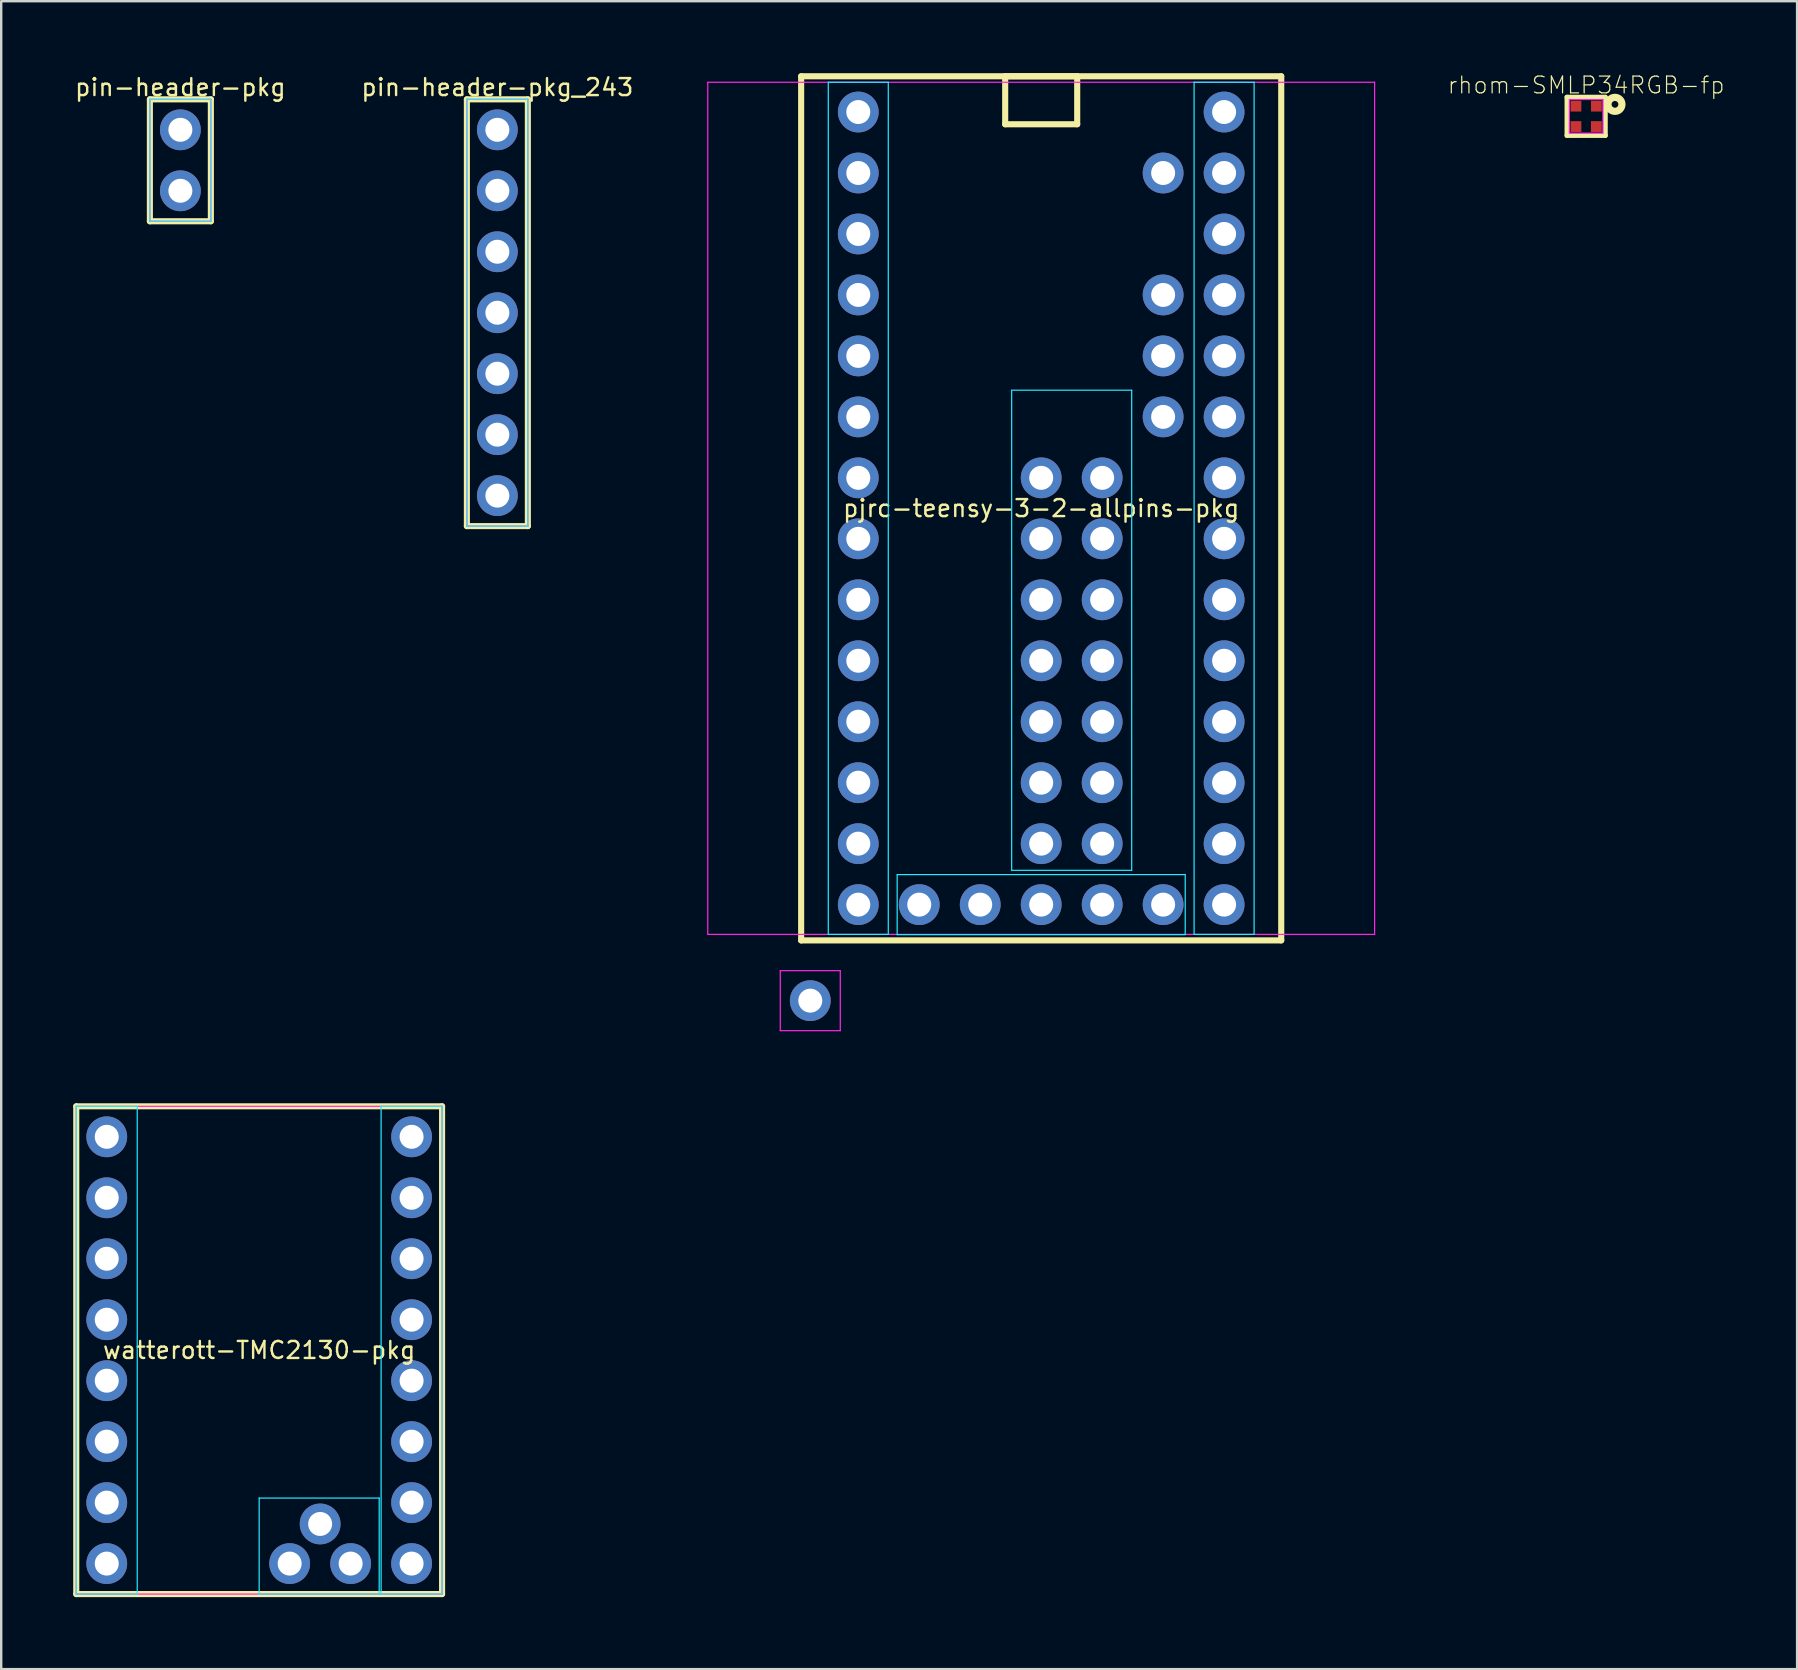
<source format=kicad_pcb>
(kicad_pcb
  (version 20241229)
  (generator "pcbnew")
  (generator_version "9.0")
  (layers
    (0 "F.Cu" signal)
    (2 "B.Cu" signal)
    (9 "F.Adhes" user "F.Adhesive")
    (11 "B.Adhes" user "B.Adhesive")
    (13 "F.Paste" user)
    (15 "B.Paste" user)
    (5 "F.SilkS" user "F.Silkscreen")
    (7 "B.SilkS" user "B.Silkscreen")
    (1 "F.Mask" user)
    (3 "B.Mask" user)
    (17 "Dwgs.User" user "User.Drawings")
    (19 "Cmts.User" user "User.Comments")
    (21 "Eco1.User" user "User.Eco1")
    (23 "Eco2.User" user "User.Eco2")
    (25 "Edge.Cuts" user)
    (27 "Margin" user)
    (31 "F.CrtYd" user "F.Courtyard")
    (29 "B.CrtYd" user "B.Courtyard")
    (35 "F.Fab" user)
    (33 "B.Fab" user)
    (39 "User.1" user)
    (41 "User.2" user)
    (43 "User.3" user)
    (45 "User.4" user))
  (footprint "pjrc-teensy-3-2-allpins-pkg"
    (layer "F.Cu")
    (at 40.326 18.127)
    (property "Reference" "pjrc-teensy-3-2-allpins-pkg" (at 0 0 0) (layer "F.SilkS") (effects (font (size 0.706 0.706) (thickness 0.1))))
    (attr through_hole)
    (fp_line (start -10 -18) (end -10 18) (stroke (width 0.254) (type solid)) (layer "F.SilkS"))
    (fp_line (start -10 18) (end 10 18) (stroke (width 0.254) (type solid)) (layer "F.SilkS"))
    (fp_line (start -1.5 -18) (end -1.5 -16) (stroke (width 0.254) (type solid)) (layer "F.SilkS"))
    (fp_line (start -1.5 -16) (end 1.5 -16) (stroke (width 0.254) (type solid)) (layer "F.SilkS"))
    (fp_line (start 1.5 -18) (end -1.5 -18) (stroke (width 0.254) (type solid)) (layer "F.SilkS"))
    (fp_line (start 1.5 -16) (end 1.5 -18) (stroke (width 0.254) (type solid)) (layer "F.SilkS"))
    (fp_line (start 10 -18) (end -10 -18) (stroke (width 0.254) (type solid)) (layer "F.SilkS"))
    (fp_line (start 10 18) (end 10 -18) (stroke (width 0.254) (type solid)) (layer "F.SilkS"))
    (fp_line (start -8.87 -17.75) (end -8.87 17.75) (stroke (width 0.05) (type solid)) (layer "B.CrtYd"))
    (fp_line (start -8.87 17.75) (end -6.37 17.75) (stroke (width 0.05) (type solid)) (layer "B.CrtYd"))
    (fp_line (start -6.37 -17.75) (end -8.87 -17.75) (stroke (width 0.05) (type solid)) (layer "B.CrtYd"))
    (fp_line (start -6.37 17.75) (end -6.37 -17.75) (stroke (width 0.05) (type solid)) (layer "B.CrtYd"))
    (fp_line (start -6 15.26) (end -6 17.76) (stroke (width 0.05) (type solid)) (layer "B.CrtYd"))
    (fp_line (start -6 17.76) (end 6 17.76) (stroke (width 0.05) (type solid)) (layer "B.CrtYd"))
    (fp_line (start -1.23 -4.92) (end -1.23 15.08) (stroke (width 0.05) (type solid)) (layer "B.CrtYd"))
    (fp_line (start -1.23 15.08) (end 3.77 15.08) (stroke (width 0.05) (type solid)) (layer "B.CrtYd"))
    (fp_line (start 3.77 -4.92) (end -1.23 -4.92) (stroke (width 0.05) (type solid)) (layer "B.CrtYd"))
    (fp_line (start 3.77 15.08) (end 3.77 -4.92) (stroke (width 0.05) (type solid)) (layer "B.CrtYd"))
    (fp_line (start 6 15.26) (end -6 15.26) (stroke (width 0.05) (type solid)) (layer "B.CrtYd"))
    (fp_line (start 6 17.76) (end 6 15.26) (stroke (width 0.05) (type solid)) (layer "B.CrtYd"))
    (fp_line (start 6.37 -17.75) (end 6.37 17.75) (stroke (width 0.05) (type solid)) (layer "B.CrtYd"))
    (fp_line (start 6.37 17.75) (end 8.87 17.75) (stroke (width 0.05) (type solid)) (layer "B.CrtYd"))
    (fp_line (start 8.87 -17.75) (end 6.37 -17.75) (stroke (width 0.05) (type solid)) (layer "B.CrtYd"))
    (fp_line (start 8.87 17.75) (end 8.87 -17.75) (stroke (width 0.05) (type solid)) (layer "B.CrtYd"))
    (fp_line (start -13.89 -17.75) (end -13.89 17.75) (stroke (width 0.05) (type solid)) (layer "F.CrtYd"))
    (fp_line (start -13.89 17.75) (end 13.89 17.75) (stroke (width 0.05) (type solid)) (layer "F.CrtYd"))
    (fp_line (start -10.87 19.26) (end -10.87 21.76) (stroke (width 0.05) (type solid)) (layer "F.CrtYd"))
    (fp_line (start -10.87 21.76) (end -8.37 21.76) (stroke (width 0.05) (type solid)) (layer "F.CrtYd"))
    (fp_line (start -8.37 19.26) (end -10.87 19.26) (stroke (width 0.05) (type solid)) (layer "F.CrtYd"))
    (fp_line (start -8.37 21.76) (end -8.37 19.26) (stroke (width 0.05) (type solid)) (layer "F.CrtYd"))
    (fp_line (start 13.89 -17.75) (end -13.89 -17.75) (stroke (width 0.05) (type solid)) (layer "F.CrtYd"))
    (fp_line (start 13.89 17.75) (end 13.89 -17.75) (stroke (width 0.05) (type solid)) (layer "F.CrtYd"))
    (pad "1" thru_hole circle (at -7.62 -16.51 90) (size 1.7 1.7) (drill 1) (layers "*.Cu" "*.Mask"))
    (pad "2" thru_hole circle (at -7.62 -13.97 90) (size 1.7 1.7) (drill 1) (layers "*.Cu" "*.Mask"))
    (pad "3" thru_hole circle (at -7.62 -11.43 90) (size 1.7 1.7) (drill 1) (layers "*.Cu" "*.Mask"))
    (pad "4" thru_hole circle (at -7.62 -8.89 90) (size 1.7 1.7) (drill 1) (layers "*.Cu" "*.Mask"))
    (pad "5" thru_hole circle (at -7.62 -6.35 90) (size 1.7 1.7) (drill 1) (layers "*.Cu" "*.Mask"))
    (pad "6" thru_hole circle (at -7.62 -3.81 90) (size 1.7 1.7) (drill 1) (layers "*.Cu" "*.Mask"))
    (pad "7" thru_hole circle (at -7.62 -1.27 90) (size 1.7 1.7) (drill 1) (layers "*.Cu" "*.Mask"))
    (pad "8" thru_hole circle (at -7.62 1.27 90) (size 1.7 1.7) (drill 1) (layers "*.Cu" "*.Mask"))
    (pad "9" thru_hole circle (at -7.62 3.81 90) (size 1.7 1.7) (drill 1) (layers "*.Cu" "*.Mask"))
    (pad "10" thru_hole circle (at -7.62 6.35 90) (size 1.7 1.7) (drill 1) (layers "*.Cu" "*.Mask"))
    (pad "11" thru_hole circle (at -7.62 8.89 90) (size 1.7 1.7) (drill 1) (layers "*.Cu" "*.Mask"))
    (pad "12" thru_hole circle (at -7.62 11.43 90) (size 1.7 1.7) (drill 1) (layers "*.Cu" "*.Mask"))
    (pad "13" thru_hole circle (at -7.62 13.97 90) (size 1.7 1.7) (drill 1) (layers "*.Cu" "*.Mask"))
    (pad "14" thru_hole circle (at -7.62 16.51 90) (size 1.7 1.7) (drill 1) (layers "*.Cu" "*.Mask"))
    (pad "15" thru_hole circle (at 7.62 16.51 270) (size 1.7 1.7) (drill 1) (layers "*.Cu" "*.Mask"))
    (pad "16" thru_hole circle (at 7.62 13.97 270) (size 1.7 1.7) (drill 1) (layers "*.Cu" "*.Mask"))
    (pad "17" thru_hole circle (at 7.62 11.43 270) (size 1.7 1.7) (drill 1) (layers "*.Cu" "*.Mask"))
    (pad "18" thru_hole circle (at 7.62 8.89 270) (size 1.7 1.7) (drill 1) (layers "*.Cu" "*.Mask"))
    (pad "19" thru_hole circle (at 7.62 6.35 270) (size 1.7 1.7) (drill 1) (layers "*.Cu" "*.Mask"))
    (pad "20" thru_hole circle (at 7.62 3.81 270) (size 1.7 1.7) (drill 1) (layers "*.Cu" "*.Mask"))
    (pad "21" thru_hole circle (at 7.62 1.27 270) (size 1.7 1.7) (drill 1) (layers "*.Cu" "*.Mask"))
    (pad "22" thru_hole circle (at 7.62 -1.27 270) (size 1.7 1.7) (drill 1) (layers "*.Cu" "*.Mask"))
    (pad "23" thru_hole circle (at 7.62 -3.81 270) (size 1.7 1.7) (drill 1) (layers "*.Cu" "*.Mask"))
    (pad "24" thru_hole circle (at 7.62 -6.35 270) (size 1.7 1.7) (drill 1) (layers "*.Cu" "*.Mask"))
    (pad "25" thru_hole circle (at 7.62 -8.89 270) (size 1.7 1.7) (drill 1) (layers "*.Cu" "*.Mask"))
    (pad "26" thru_hole circle (at 7.62 -11.43 270) (size 1.7 1.7) (drill 1) (layers "*.Cu" "*.Mask"))
    (pad "27" thru_hole circle (at 7.62 -13.97 270) (size 1.7 1.7) (drill 1) (layers "*.Cu" "*.Mask"))
    (pad "28" thru_hole circle (at 7.62 -16.51 270) (size 1.7 1.7) (drill 1) (layers "*.Cu" "*.Mask"))
    (pad "29" thru_hole circle (at 0 -1.27 90) (size 1.7 1.7) (drill 1) (layers "*.Cu" "*.Mask"))
    (pad "30" thru_hole circle (at 0 1.27 90) (size 1.7 1.7) (drill 1) (layers "*.Cu" "*.Mask"))
    (pad "31" thru_hole circle (at 0 3.81 90) (size 1.7 1.7) (drill 1) (layers "*.Cu" "*.Mask"))
    (pad "32" thru_hole circle (at 0 6.35 90) (size 1.7 1.7) (drill 1) (layers "*.Cu" "*.Mask"))
    (pad "33" thru_hole circle (at 0 8.89 90) (size 1.7 1.7) (drill 1) (layers "*.Cu" "*.Mask"))
    (pad "34" thru_hole circle (at 0 11.43 90) (size 1.7 1.7) (drill 1) (layers "*.Cu" "*.Mask"))
    (pad "35" thru_hole circle (at 0 13.97 90) (size 1.7 1.7) (drill 1) (layers "*.Cu" "*.Mask"))
    (pad "36" thru_hole circle (at 2.54 13.97 270) (size 1.7 1.7) (drill 1) (layers "*.Cu" "*.Mask"))
    (pad "37" thru_hole circle (at 2.54 11.43 270) (size 1.7 1.7) (drill 1) (layers "*.Cu" "*.Mask"))
    (pad "38" thru_hole circle (at 2.54 8.89 270) (size 1.7 1.7) (drill 1) (layers "*.Cu" "*.Mask"))
    (pad "39" thru_hole circle (at 2.54 6.35 270) (size 1.7 1.7) (drill 1) (layers "*.Cu" "*.Mask"))
    (pad "40" thru_hole circle (at 2.54 3.81 270) (size 1.7 1.7) (drill 1) (layers "*.Cu" "*.Mask"))
    (pad "41" thru_hole circle (at 2.54 1.27 270) (size 1.7 1.7) (drill 1) (layers "*.Cu" "*.Mask"))
    (pad "42" thru_hole circle (at 2.54 -1.27 270) (size 1.7 1.7) (drill 1) (layers "*.Cu" "*.Mask"))
    (pad "43" thru_hole circle (at -5.08 16.51 180) (size 1.7 1.7) (drill 1) (layers "*.Cu" "*.Mask"))
    (pad "44" thru_hole circle (at -2.54 16.51 180) (size 1.7 1.7) (drill 1) (layers "*.Cu" "*.Mask"))
    (pad "45" thru_hole circle (at 0 16.51 180) (size 1.7 1.7) (drill 1) (layers "*.Cu" "*.Mask"))
    (pad "46" thru_hole circle (at 2.54 16.51 180) (size 1.7 1.7) (drill 1) (layers "*.Cu" "*.Mask"))
    (pad "47" thru_hole circle (at 5.08 16.51 180) (size 1.7 1.7) (drill 1) (layers "*.Cu" "*.Mask"))
    (pad "48" thru_hole circle (at 5.08 -3.81 270) (size 1.7 1.7) (drill 1) (layers "*.Cu" "*.Mask"))
    (pad "49" thru_hole circle (at 5.08 -6.35 270) (size 1.7 1.7) (drill 1) (layers "*.Cu" "*.Mask"))
    (pad "50" thru_hole circle (at 5.08 -8.89 270) (size 1.7 1.7) (drill 1) (layers "*.Cu" "*.Mask"))
    (pad "51" thru_hole circle (at 5.08 -13.97) (size 1.7 1.7) (drill 1) (layers "*.Cu" "*.Mask"))
    (pad "52" thru_hole circle (at -9.62 20.51) (size 1.7 1.7) (drill 1) (layers "*.Cu" "*.Mask")))
  (footprint "rhom-SMLP34RGB-fp"
    (placed yes)
    (layer "F.Cu")
    (at 63.029 1.797)
    (property "Reference" "rhom-SMLP34RGB-fp" (at 0 -1.3 0) (layer "F.SilkS") (effects (font (size 0.7 0.7) (thickness 0.05))))
    (attr through_hole)
    (fp_line (start -0.8 -0.8) (end -0.8 0.8) (stroke (width 0.2) (type solid)) (layer "F.SilkS"))
    (fp_line (start -0.8 0.8) (end 0.8 0.8) (stroke (width 0.2) (type solid)) (layer "F.SilkS"))
    (fp_line (start 0.8 -0.8) (end -0.8 -0.8) (stroke (width 0.2) (type solid)) (layer "F.SilkS"))
    (fp_line (start 0.8 0.8) (end 0.8 -0.8) (stroke (width 0.2) (type solid)) (layer "F.SilkS"))
    (fp_circle (center 1.2 -0.5) (end 1.1 -0.4) (stroke (width 0.3) (type solid)) (fill no) (layer "F.SilkS"))
    (fp_line (start -0.7 -0.7) (end 0.7 -0.7) (stroke (width 0.05) (type solid)) (layer "F.CrtYd"))
    (fp_line (start -0.7 0.7) (end -0.7 -0.7) (stroke (width 0.05) (type solid)) (layer "F.CrtYd"))
    (fp_line (start 0.7 -0.7) (end 0.7 0.7) (stroke (width 0.05) (type solid)) (layer "F.CrtYd"))
    (fp_line (start 0.7 0.7) (end -0.7 0.7) (stroke (width 0.05) (type solid)) (layer "F.CrtYd"))
    (pad "1" smd rect (at 0.425 -0.425) (size 0.45 0.45) (layers "F.Cu" "F.Mask" "F.Paste"))
    (pad "2" smd rect (at 0.425 0.425) (size 0.45 0.45) (layers "F.Cu" "F.Mask" "F.Paste"))
    (pad "3" smd rect (at -0.425 0.425) (size 0.45 0.45) (layers "F.Cu" "F.Mask" "F.Paste"))
    (pad "4" smd rect (at -0.425 -0.425) (size 0.45 0.45) (layers "F.Cu" "F.Mask" "F.Paste")))
  (footprint "watterott-TMC2130-pkg"
    (layer "F.Cu")
    (at 7.747 53.199)
    (property "Reference" "watterott-TMC2130-pkg" (at 0 0 0) (layer "F.SilkS") (effects (font (size 0.706 0.706) (thickness 0.1))))
    (attr through_hole)
    (fp_line (start -7.62 -10.16) (end -7.62 10.16) (stroke (width 0.254) (type solid)) (layer "F.SilkS"))
    (fp_line (start -7.62 10.16) (end 7.62 10.16) (stroke (width 0.254) (type solid)) (layer "F.SilkS"))
    (fp_line (start 7.62 -10.16) (end -7.62 -10.16) (stroke (width 0.254) (type solid)) (layer "F.SilkS"))
    (fp_line (start 7.62 10.16) (end 7.62 -10.16) (stroke (width 0.254) (type solid)) (layer "F.SilkS"))
    (fp_line (start -7.62 -10.16) (end -7.62 10.16) (stroke (width 0.05) (type solid)) (layer "B.CrtYd"))
    (fp_line (start -7.62 10.16) (end -5.08 10.16) (stroke (width 0.05) (type solid)) (layer "B.CrtYd"))
    (fp_line (start -5.08 -10.16) (end -7.62 -10.16) (stroke (width 0.05) (type solid)) (layer "B.CrtYd"))
    (fp_line (start -5.08 10.16) (end -5.08 -10.16) (stroke (width 0.05) (type solid)) (layer "B.CrtYd"))
    (fp_line (start 0 6.16) (end 0 10.16) (stroke (width 0.05) (type solid)) (layer "B.CrtYd"))
    (fp_line (start 0 10.16) (end 5 10.16) (stroke (width 0.05) (type solid)) (layer "B.CrtYd"))
    (fp_line (start 5 6.16) (end 0 6.16) (stroke (width 0.05) (type solid)) (layer "B.CrtYd"))
    (fp_line (start 5 10.16) (end 5 6.16) (stroke (width 0.05) (type solid)) (layer "B.CrtYd"))
    (fp_line (start 5.08 -10.16) (end 5.08 10.16) (stroke (width 0.05) (type solid)) (layer "B.CrtYd"))
    (fp_line (start 5.08 10.16) (end 7.62 10.16) (stroke (width 0.05) (type solid)) (layer "B.CrtYd"))
    (fp_line (start 7.62 -10.16) (end 5.08 -10.16) (stroke (width 0.05) (type solid)) (layer "B.CrtYd"))
    (fp_line (start 7.62 10.16) (end 7.62 -10.16) (stroke (width 0.05) (type solid)) (layer "B.CrtYd"))
    (fp_line (start -7.62 -10.16) (end -7.62 10.16) (stroke (width 0.05) (type solid)) (layer "F.CrtYd"))
    (fp_line (start -7.62 10.16) (end 7.62 10.16) (stroke (width 0.05) (type solid)) (layer "F.CrtYd"))
    (fp_line (start 7.62 -10.16) (end -7.62 -10.16) (stroke (width 0.05) (type solid)) (layer "F.CrtYd"))
    (fp_line (start 7.62 10.16) (end 7.62 -10.16) (stroke (width 0.05) (type solid)) (layer "F.CrtYd"))
    (pad "1" thru_hole circle (at -6.35 -8.89 90) (size 1.7 1.7) (drill 1) (layers "*.Cu" "*.Mask"))
    (pad "2" thru_hole circle (at -6.35 -6.35 90) (size 1.7 1.7) (drill 1) (layers "*.Cu" "*.Mask"))
    (pad "3" thru_hole circle (at -6.35 -3.81 90) (size 1.7 1.7) (drill 1) (layers "*.Cu" "*.Mask"))
    (pad "4" thru_hole circle (at -6.35 -1.27 90) (size 1.7 1.7) (drill 1) (layers "*.Cu" "*.Mask"))
    (pad "5" thru_hole circle (at -6.35 1.27 90) (size 1.7 1.7) (drill 1) (layers "*.Cu" "*.Mask"))
    (pad "6" thru_hole circle (at -6.35 3.81 90) (size 1.7 1.7) (drill 1) (layers "*.Cu" "*.Mask"))
    (pad "7" thru_hole circle (at -6.35 6.35 90) (size 1.7 1.7) (drill 1) (layers "*.Cu" "*.Mask"))
    (pad "8" thru_hole circle (at -6.35 8.89 90) (size 1.7 1.7) (drill 1) (layers "*.Cu" "*.Mask"))
    (pad "9" thru_hole circle (at 6.35 8.89 270) (size 1.7 1.7) (drill 1) (layers "*.Cu" "*.Mask"))
    (pad "10" thru_hole circle (at 6.35 6.35 270) (size 1.7 1.7) (drill 1) (layers "*.Cu" "*.Mask"))
    (pad "11" thru_hole circle (at 6.35 3.81 270) (size 1.7 1.7) (drill 1) (layers "*.Cu" "*.Mask"))
    (pad "12" thru_hole circle (at 6.35 1.27 270) (size 1.7 1.7) (drill 1) (layers "*.Cu" "*.Mask"))
    (pad "13" thru_hole circle (at 6.35 -1.27 270) (size 1.7 1.7) (drill 1) (layers "*.Cu" "*.Mask"))
    (pad "14" thru_hole circle (at 6.35 -3.81 270) (size 1.7 1.7) (drill 1) (layers "*.Cu" "*.Mask"))
    (pad "15" thru_hole circle (at 6.35 -6.35 270) (size 1.7 1.7) (drill 1) (layers "*.Cu" "*.Mask"))
    (pad "16" thru_hole circle (at 6.35 -8.89 270) (size 1.7 1.7) (drill 1) (layers "*.Cu" "*.Mask"))
    (pad "17" thru_hole circle (at 3.81 8.89) (size 1.7 1.7) (drill 1) (layers "*.Cu" "*.Mask"))
    (pad "18" thru_hole circle (at 1.27 8.89) (size 1.7 1.7) (drill 1) (layers "*.Cu" "*.Mask"))
    (pad "19" thru_hole circle (at 2.54 7.239) (size 1.7 1.7) (drill 1) (layers "*.Cu" "*.Mask")))
  (footprint "pin-header-pkg"
    (layer "F.Cu")
    (at 4.464 3.628)
    (property "Reference" "pin-header-pkg" (at 0 -3.04 0) (layer "F.SilkS") (effects (font (size 0.706 0.706) (thickness 0.1))))
    (attr through_hole)
    (fp_line (start -1.27 -2.54) (end -1.27 2.54) (stroke (width 0.254) (type solid)) (layer "F.SilkS"))
    (fp_line (start -1.27 2.54) (end 1.27 2.54) (stroke (width 0.254) (type solid)) (layer "F.SilkS"))
    (fp_line (start 1.27 -2.54) (end -1.27 -2.54) (stroke (width 0.254) (type solid)) (layer "F.SilkS"))
    (fp_line (start 1.27 2.54) (end 1.27 -2.54) (stroke (width 0.254) (type solid)) (layer "F.SilkS"))
    (fp_line (start -1.27 -2.54) (end -1.27 2.54) (stroke (width 0.05) (type solid)) (layer "B.CrtYd"))
    (fp_line (start -1.27 2.54) (end 1.27 2.54) (stroke (width 0.05) (type solid)) (layer "B.CrtYd"))
    (fp_line (start 1.27 -2.54) (end -1.27 -2.54) (stroke (width 0.05) (type solid)) (layer "B.CrtYd"))
    (fp_line (start 1.27 2.54) (end 1.27 -2.54) (stroke (width 0.05) (type solid)) (layer "B.CrtYd"))
    (fp_line (start -1.27 -2.54) (end -1.27 2.54) (stroke (width 0.05) (type solid)) (layer "F.CrtYd"))
    (fp_line (start -1.27 2.54) (end 1.27 2.54) (stroke (width 0.05) (type solid)) (layer "F.CrtYd"))
    (fp_line (start 1.27 -2.54) (end -1.27 -2.54) (stroke (width 0.05) (type solid)) (layer "F.CrtYd"))
    (fp_line (start 1.27 2.54) (end 1.27 -2.54) (stroke (width 0.05) (type solid)) (layer "F.CrtYd"))
    (pad "1" thru_hole circle (at 0 -1.27) (size 1.7 1.7) (drill 1) (layers "*.Cu" "*.Mask"))
    (pad "2" thru_hole circle (at 0 1.27) (size 1.7 1.7) (drill 1) (layers "*.Cu" "*.Mask")))
  (footprint "pin-header-pkg_243"
    (layer "F.Cu")
    (at 17.67 9.978)
    (property "Reference" "pin-header-pkg_243" (at 0 -9.39 0) (layer "F.SilkS") (effects (font (size 0.706 0.706) (thickness 0.1))))
    (attr through_hole)
    (fp_line (start -1.27 -8.89) (end -1.27 8.89) (stroke (width 0.254) (type solid)) (layer "F.SilkS"))
    (fp_line (start -1.27 8.89) (end 1.27 8.89) (stroke (width 0.254) (type solid)) (layer "F.SilkS"))
    (fp_line (start 1.27 -8.89) (end -1.27 -8.89) (stroke (width 0.254) (type solid)) (layer "F.SilkS"))
    (fp_line (start 1.27 8.89) (end 1.27 -8.89) (stroke (width 0.254) (type solid)) (layer "F.SilkS"))
    (fp_line (start -1.27 -8.89) (end -1.27 8.89) (stroke (width 0.05) (type solid)) (layer "B.CrtYd"))
    (fp_line (start -1.27 8.89) (end 1.27 8.89) (stroke (width 0.05) (type solid)) (layer "B.CrtYd"))
    (fp_line (start 1.27 -8.89) (end -1.27 -8.89) (stroke (width 0.05) (type solid)) (layer "B.CrtYd"))
    (fp_line (start 1.27 8.89) (end 1.27 -8.89) (stroke (width 0.05) (type solid)) (layer "B.CrtYd"))
    (fp_line (start -1.27 -8.89) (end -1.27 8.89) (stroke (width 0.05) (type solid)) (layer "F.CrtYd"))
    (fp_line (start -1.27 8.89) (end 1.27 8.89) (stroke (width 0.05) (type solid)) (layer "F.CrtYd"))
    (fp_line (start 1.27 -8.89) (end -1.27 -8.89) (stroke (width 0.05) (type solid)) (layer "F.CrtYd"))
    (fp_line (start 1.27 8.89) (end 1.27 -8.89) (stroke (width 0.05) (type solid)) (layer "F.CrtYd"))
    (pad "1" thru_hole circle (at 0 -7.62) (size 1.7 1.7) (drill 1) (layers "*.Cu" "*.Mask"))
    (pad "2" thru_hole circle (at 0 -5.08) (size 1.7 1.7) (drill 1) (layers "*.Cu" "*.Mask"))
    (pad "3" thru_hole circle (at 0 -2.54) (size 1.7 1.7) (drill 1) (layers "*.Cu" "*.Mask"))
    (pad "4" thru_hole circle (at 0 0) (size 1.7 1.7) (drill 1) (layers "*.Cu" "*.Mask"))
    (pad "5" thru_hole circle (at 0 2.54) (size 1.7 1.7) (drill 1) (layers "*.Cu" "*.Mask"))
    (pad "6" thru_hole circle (at 0 5.08) (size 1.7 1.7) (drill 1) (layers "*.Cu" "*.Mask"))
    (pad "7" thru_hole circle (at 0 7.62) (size 1.7 1.7) (drill 1) (layers "*.Cu" "*.Mask")))
  (gr_rect
    (start -3 -3)
    (end 71.817 66.486)
    (stroke (width 0.1) (type default))
    (fill no)
    (layer "Edge.Cuts")))
</source>
